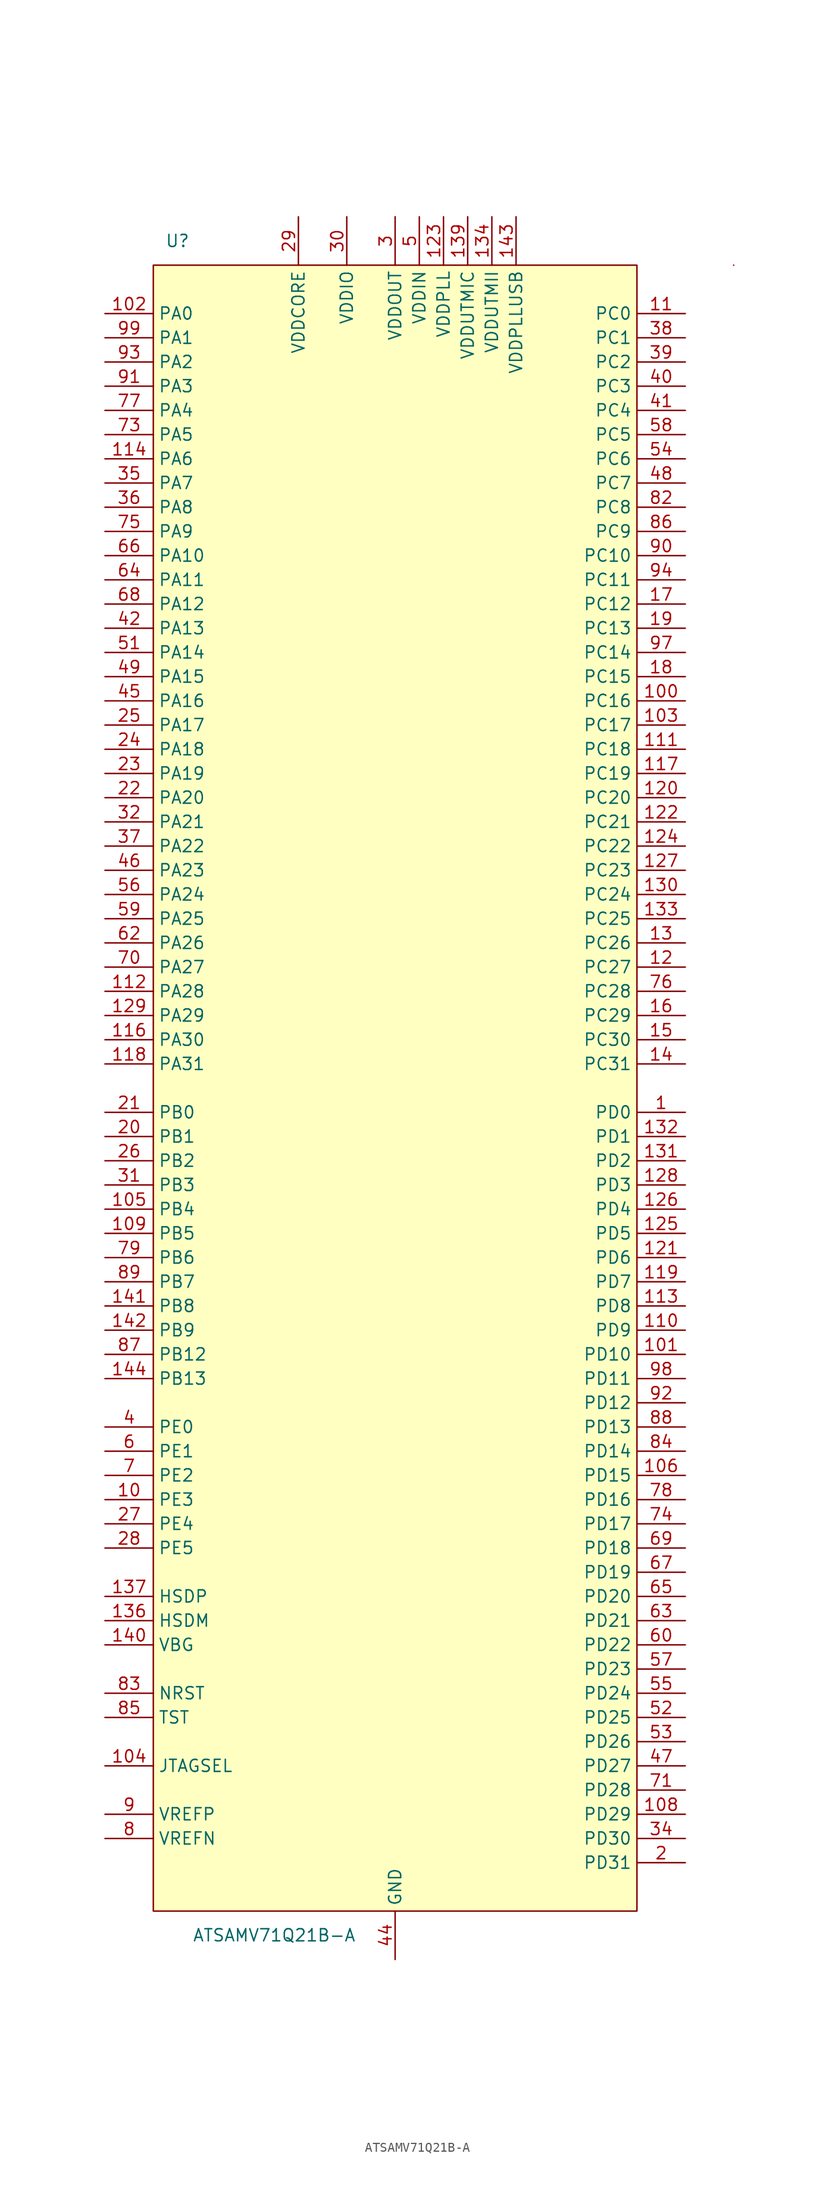
<source format=kicad_sym>
(kicad_symbol_lib
  (version 20220914)
  (generator kicad_symbol_editor)
  (symbol "ATSAMV71Q21B-A"
    (property "Reference" "U"
      (at -22.86 88.9 0)
      (effects (font (size 1.27 1.27))))
    (property "Value" "ATSAMV71Q21B-A"
      (at -12.7 -88.9 0)
      (effects (font (size 1.27 1.27))))
    (symbol "ATSAMV71Q21B-A_0_1"
      (rectangle (start 25.4 86.36) (end -25.4 -86.36) (stroke (width 0) (type default)) (fill (type background)))
      (rectangle (start 35.56 86.36) (end 35.56 86.36) (stroke (width 0) (type default)) (fill (type none))))
    (symbol "ATSAMV71Q21B-A_1_1"
      (pin bidirectional line (at 30.48 -2.54 180) (length 5.08) (name "PD0" (effects (font (size 1.27 1.27)))) (number "1" (effects (font (size 1.27 1.27)))))
      (pin bidirectional line (at -30.48 -43.18 0) (length 5.08) (name "PE3" (effects (font (size 1.27 1.27)))) (number "10" (effects (font (size 1.27 1.27)))))
      (pin bidirectional line (at 30.48 40.64 180) (length 5.08) (name "PC16" (effects (font (size 1.27 1.27)))) (number "100" (effects (font (size 1.27 1.27)))))
      (pin bidirectional line (at 30.48 -27.94 180) (length 5.08) (name "PD10" (effects (font (size 1.27 1.27)))) (number "101" (effects (font (size 1.27 1.27)))))
      (pin bidirectional line (at -30.48 81.28 0) (length 5.08) (name "PA0" (effects (font (size 1.27 1.27)))) (number "102" (effects (font (size 1.27 1.27)))))
      (pin bidirectional line (at 30.48 38.1 180) (length 5.08) (name "PC17" (effects (font (size 1.27 1.27)))) (number "103" (effects (font (size 1.27 1.27)))))
      (pin input line (at -30.48 -71.12 0) (length 5.08) (name "JTAGSEL" (effects (font (size 1.27 1.27)))) (number "104" (effects (font (size 1.27 1.27)))))
      (pin bidirectional line (at -30.48 -12.7 0) (length 5.08) (name "PB4" (effects (font (size 1.27 1.27)))) (number "105" (effects (font (size 1.27 1.27)))))
      (pin bidirectional line (at 30.48 -40.64 180) (length 5.08) (name "PD15" (effects (font (size 1.27 1.27)))) (number "106" (effects (font (size 1.27 1.27)))))
      (pin passive line (at -10.16 91.44 270) (length 5.08) hide (name "VDDCORE" (effects (font (size 1.27 1.27)))) (number "107" (effects (font (size 1.27 1.27)))))
      (pin bidirectional line (at 30.48 -76.2 180) (length 5.08) (name "PD29" (effects (font (size 1.27 1.27)))) (number "108" (effects (font (size 1.27 1.27)))))
      (pin bidirectional line (at -30.48 -15.24 0) (length 5.08) (name "PB5" (effects (font (size 1.27 1.27)))) (number "109" (effects (font (size 1.27 1.27)))))
      (pin bidirectional line (at 30.48 81.28 180) (length 5.08) (name "PC0" (effects (font (size 1.27 1.27)))) (number "11" (effects (font (size 1.27 1.27)))))
      (pin bidirectional line (at 30.48 -25.4 180) (length 5.08) (name "PD9" (effects (font (size 1.27 1.27)))) (number "110" (effects (font (size 1.27 1.27)))))
      (pin bidirectional line (at 30.48 35.56 180) (length 5.08) (name "PC18" (effects (font (size 1.27 1.27)))) (number "111" (effects (font (size 1.27 1.27)))))
      (pin bidirectional line (at -30.48 10.16 0) (length 5.08) (name "PA28" (effects (font (size 1.27 1.27)))) (number "112" (effects (font (size 1.27 1.27)))))
      (pin bidirectional line (at 30.48 -22.86 180) (length 5.08) (name "PD8" (effects (font (size 1.27 1.27)))) (number "113" (effects (font (size 1.27 1.27)))))
      (pin bidirectional line (at -30.48 66.04 0) (length 5.08) (name "PA6" (effects (font (size 1.27 1.27)))) (number "114" (effects (font (size 1.27 1.27)))))
      (pin passive line (at 0 -91.44 90) (length 5.08) hide (name "GND" (effects (font (size 1.27 1.27)))) (number "115" (effects (font (size 1.27 1.27)))))
      (pin bidirectional line (at -30.48 5.08 0) (length 5.08) (name "PA30" (effects (font (size 1.27 1.27)))) (number "116" (effects (font (size 1.27 1.27)))))
      (pin bidirectional line (at 30.48 33.02 180) (length 5.08) (name "PC19" (effects (font (size 1.27 1.27)))) (number "117" (effects (font (size 1.27 1.27)))))
      (pin bidirectional line (at -30.48 2.54 0) (length 5.08) (name "PA31" (effects (font (size 1.27 1.27)))) (number "118" (effects (font (size 1.27 1.27)))))
      (pin bidirectional line (at 30.48 -20.32 180) (length 5.08) (name "PD7" (effects (font (size 1.27 1.27)))) (number "119" (effects (font (size 1.27 1.27)))))
      (pin bidirectional line (at 30.48 12.7 180) (length 5.08) (name "PC27" (effects (font (size 1.27 1.27)))) (number "12" (effects (font (size 1.27 1.27)))))
      (pin bidirectional line (at 30.48 30.48 180) (length 5.08) (name "PC20" (effects (font (size 1.27 1.27)))) (number "120" (effects (font (size 1.27 1.27)))))
      (pin bidirectional line (at 30.48 -17.78 180) (length 5.08) (name "PD6" (effects (font (size 1.27 1.27)))) (number "121" (effects (font (size 1.27 1.27)))))
      (pin bidirectional line (at 30.48 27.94 180) (length 5.08) (name "PC21" (effects (font (size 1.27 1.27)))) (number "122" (effects (font (size 1.27 1.27)))))
      (pin power_in line (at 5.08 91.44 270) (length 5.08) (name "VDDPLL" (effects (font (size 1.27 1.27)))) (number "123" (effects (font (size 1.27 1.27)))))
      (pin bidirectional line (at 30.48 25.4 180) (length 5.08) (name "PC22" (effects (font (size 1.27 1.27)))) (number "124" (effects (font (size 1.27 1.27)))))
      (pin bidirectional line (at 30.48 -15.24 180) (length 5.08) (name "PD5" (effects (font (size 1.27 1.27)))) (number "125" (effects (font (size 1.27 1.27)))))
      (pin bidirectional line (at 30.48 -12.7 180) (length 5.08) (name "PD4" (effects (font (size 1.27 1.27)))) (number "126" (effects (font (size 1.27 1.27)))))
      (pin bidirectional line (at 30.48 22.86 180) (length 5.08) (name "PC23" (effects (font (size 1.27 1.27)))) (number "127" (effects (font (size 1.27 1.27)))))
      (pin bidirectional line (at 30.48 -10.16 180) (length 5.08) (name "PD3" (effects (font (size 1.27 1.27)))) (number "128" (effects (font (size 1.27 1.27)))))
      (pin bidirectional line (at -30.48 7.62 0) (length 5.08) (name "PA29" (effects (font (size 1.27 1.27)))) (number "129" (effects (font (size 1.27 1.27)))))
      (pin bidirectional line (at 30.48 15.24 180) (length 5.08) (name "PC26" (effects (font (size 1.27 1.27)))) (number "13" (effects (font (size 1.27 1.27)))))
      (pin bidirectional line (at 30.48 20.32 180) (length 5.08) (name "PC24" (effects (font (size 1.27 1.27)))) (number "130" (effects (font (size 1.27 1.27)))))
      (pin bidirectional line (at 30.48 -7.62 180) (length 5.08) (name "PD2" (effects (font (size 1.27 1.27)))) (number "131" (effects (font (size 1.27 1.27)))))
      (pin bidirectional line (at 30.48 -5.08 180) (length 5.08) (name "PD1" (effects (font (size 1.27 1.27)))) (number "132" (effects (font (size 1.27 1.27)))))
      (pin bidirectional line (at 30.48 17.78 180) (length 5.08) (name "PC25" (effects (font (size 1.27 1.27)))) (number "133" (effects (font (size 1.27 1.27)))))
      (pin power_in line (at 10.16 91.44 270) (length 5.08) (name "VDDUTMII" (effects (font (size 1.27 1.27)))) (number "134" (effects (font (size 1.27 1.27)))))
      (pin passive line (at 0 -91.44 90) (length 5.08) hide (name "GND" (effects (font (size 1.27 1.27)))) (number "135" (effects (font (size 1.27 1.27)))))
      (pin bidirectional line (at -30.48 -55.88 0) (length 5.08) (name "HSDM" (effects (font (size 1.27 1.27)))) (number "136" (effects (font (size 1.27 1.27)))))
      (pin bidirectional line (at -30.48 -53.34 0) (length 5.08) (name "HSDP" (effects (font (size 1.27 1.27)))) (number "137" (effects (font (size 1.27 1.27)))))
      (pin passive line (at 0 -91.44 90) (length 5.08) hide (name "GND" (effects (font (size 1.27 1.27)))) (number "138" (effects (font (size 1.27 1.27)))))
      (pin power_in line (at 7.62 91.44 270) (length 5.08) (name "VDDUTMIC" (effects (font (size 1.27 1.27)))) (number "139" (effects (font (size 1.27 1.27)))))
      (pin bidirectional line (at 30.48 2.54 180) (length 5.08) (name "PC31" (effects (font (size 1.27 1.27)))) (number "14" (effects (font (size 1.27 1.27)))))
      (pin input line (at -30.48 -58.42 0) (length 5.08) (name "VBG" (effects (font (size 1.27 1.27)))) (number "140" (effects (font (size 1.27 1.27)))))
      (pin bidirectional line (at -30.48 -22.86 0) (length 5.08) (name "PB8" (effects (font (size 1.27 1.27)))) (number "141" (effects (font (size 1.27 1.27)))))
      (pin bidirectional line (at -30.48 -25.4 0) (length 5.08) (name "PB9" (effects (font (size 1.27 1.27)))) (number "142" (effects (font (size 1.27 1.27)))))
      (pin power_in line (at 12.7 91.44 270) (length 5.08) (name "VDDPLLUSB" (effects (font (size 1.27 1.27)))) (number "143" (effects (font (size 1.27 1.27)))))
      (pin bidirectional line (at -30.48 -30.48 0) (length 5.08) (name "PB13" (effects (font (size 1.27 1.27)))) (number "144" (effects (font (size 1.27 1.27)))))
      (pin bidirectional line (at 30.48 5.08 180) (length 5.08) (name "PC30" (effects (font (size 1.27 1.27)))) (number "15" (effects (font (size 1.27 1.27)))))
      (pin bidirectional line (at 30.48 7.62 180) (length 5.08) (name "PC29" (effects (font (size 1.27 1.27)))) (number "16" (effects (font (size 1.27 1.27)))))
      (pin bidirectional line (at 30.48 50.8 180) (length 5.08) (name "PC12" (effects (font (size 1.27 1.27)))) (number "17" (effects (font (size 1.27 1.27)))))
      (pin bidirectional line (at 30.48 43.18 180) (length 5.08) (name "PC15" (effects (font (size 1.27 1.27)))) (number "18" (effects (font (size 1.27 1.27)))))
      (pin bidirectional line (at 30.48 48.26 180) (length 5.08) (name "PC13" (effects (font (size 1.27 1.27)))) (number "19" (effects (font (size 1.27 1.27)))))
      (pin bidirectional line (at 30.48 -81.28 180) (length 5.08) (name "PD31" (effects (font (size 1.27 1.27)))) (number "2" (effects (font (size 1.27 1.27)))))
      (pin bidirectional line (at -30.48 -5.08 0) (length 5.08) (name "PB1" (effects (font (size 1.27 1.27)))) (number "20" (effects (font (size 1.27 1.27)))))
      (pin bidirectional line (at -30.48 -2.54 0) (length 5.08) (name "PB0" (effects (font (size 1.27 1.27)))) (number "21" (effects (font (size 1.27 1.27)))))
      (pin bidirectional line (at -30.48 30.48 0) (length 5.08) (name "PA20" (effects (font (size 1.27 1.27)))) (number "22" (effects (font (size 1.27 1.27)))))
      (pin bidirectional line (at -30.48 33.02 0) (length 5.08) (name "PA19" (effects (font (size 1.27 1.27)))) (number "23" (effects (font (size 1.27 1.27)))))
      (pin bidirectional line (at -30.48 35.56 0) (length 5.08) (name "PA18" (effects (font (size 1.27 1.27)))) (number "24" (effects (font (size 1.27 1.27)))))
      (pin bidirectional line (at -30.48 38.1 0) (length 5.08) (name "PA17" (effects (font (size 1.27 1.27)))) (number "25" (effects (font (size 1.27 1.27)))))
      (pin bidirectional line (at -30.48 -7.62 0) (length 5.08) (name "PB2" (effects (font (size 1.27 1.27)))) (number "26" (effects (font (size 1.27 1.27)))))
      (pin bidirectional line (at -30.48 -45.72 0) (length 5.08) (name "PE4" (effects (font (size 1.27 1.27)))) (number "27" (effects (font (size 1.27 1.27)))))
      (pin bidirectional line (at -30.48 -48.26 0) (length 5.08) (name "PE5" (effects (font (size 1.27 1.27)))) (number "28" (effects (font (size 1.27 1.27)))))
      (pin power_in line (at -10.16 91.44 270) (length 5.08) (name "VDDCORE" (effects (font (size 1.27 1.27)))) (number "29" (effects (font (size 1.27 1.27)))))
      (pin power_in line (at 0 91.44 270) (length 5.08) (name "VDDOUT" (effects (font (size 1.27 1.27)))) (number "3" (effects (font (size 1.27 1.27)))))
      (pin power_in line (at -5.08 91.44 270) (length 5.08) (name "VDDIO" (effects (font (size 1.27 1.27)))) (number "30" (effects (font (size 1.27 1.27)))))
      (pin bidirectional line (at -30.48 -10.16 0) (length 5.08) (name "PB3" (effects (font (size 1.27 1.27)))) (number "31" (effects (font (size 1.27 1.27)))))
      (pin bidirectional line (at -30.48 27.94 0) (length 5.08) (name "PA21" (effects (font (size 1.27 1.27)))) (number "32" (effects (font (size 1.27 1.27)))))
      (pin passive line (at -10.16 91.44 270) (length 5.08) hide (name "VDDCORE" (effects (font (size 1.27 1.27)))) (number "33" (effects (font (size 1.27 1.27)))))
      (pin bidirectional line (at 30.48 -78.74 180) (length 5.08) (name "PD30" (effects (font (size 1.27 1.27)))) (number "34" (effects (font (size 1.27 1.27)))))
      (pin bidirectional line (at -30.48 63.5 0) (length 5.08) (name "PA7" (effects (font (size 1.27 1.27)))) (number "35" (effects (font (size 1.27 1.27)))))
      (pin bidirectional line (at -30.48 60.96 0) (length 5.08) (name "PA8" (effects (font (size 1.27 1.27)))) (number "36" (effects (font (size 1.27 1.27)))))
      (pin bidirectional line (at -30.48 25.4 0) (length 5.08) (name "PA22" (effects (font (size 1.27 1.27)))) (number "37" (effects (font (size 1.27 1.27)))))
      (pin bidirectional line (at 30.48 78.74 180) (length 5.08) (name "PC1" (effects (font (size 1.27 1.27)))) (number "38" (effects (font (size 1.27 1.27)))))
      (pin bidirectional line (at 30.48 76.2 180) (length 5.08) (name "PC2" (effects (font (size 1.27 1.27)))) (number "39" (effects (font (size 1.27 1.27)))))
      (pin bidirectional line (at -30.48 -35.56 0) (length 5.08) (name "PE0" (effects (font (size 1.27 1.27)))) (number "4" (effects (font (size 1.27 1.27)))))
      (pin bidirectional line (at 30.48 73.66 180) (length 5.08) (name "PC3" (effects (font (size 1.27 1.27)))) (number "40" (effects (font (size 1.27 1.27)))))
      (pin bidirectional line (at 30.48 71.12 180) (length 5.08) (name "PC4" (effects (font (size 1.27 1.27)))) (number "41" (effects (font (size 1.27 1.27)))))
      (pin bidirectional line (at -30.48 48.26 0) (length 5.08) (name "PA13" (effects (font (size 1.27 1.27)))) (number "42" (effects (font (size 1.27 1.27)))))
      (pin passive line (at -5.08 91.44 270) (length 5.08) hide (name "VDDIO" (effects (font (size 1.27 1.27)))) (number "43" (effects (font (size 1.27 1.27)))))
      (pin power_in line (at 0 -91.44 90) (length 5.08) (name "GND" (effects (font (size 1.27 1.27)))) (number "44" (effects (font (size 1.27 1.27)))))
      (pin bidirectional line (at -30.48 40.64 0) (length 5.08) (name "PA16" (effects (font (size 1.27 1.27)))) (number "45" (effects (font (size 1.27 1.27)))))
      (pin bidirectional line (at -30.48 22.86 0) (length 5.08) (name "PA23" (effects (font (size 1.27 1.27)))) (number "46" (effects (font (size 1.27 1.27)))))
      (pin bidirectional line (at 30.48 -71.12 180) (length 5.08) (name "PD27" (effects (font (size 1.27 1.27)))) (number "47" (effects (font (size 1.27 1.27)))))
      (pin bidirectional line (at 30.48 63.5 180) (length 5.08) (name "PC7" (effects (font (size 1.27 1.27)))) (number "48" (effects (font (size 1.27 1.27)))))
      (pin bidirectional line (at -30.48 43.18 0) (length 5.08) (name "PA15" (effects (font (size 1.27 1.27)))) (number "49" (effects (font (size 1.27 1.27)))))
      (pin power_in line (at 2.54 91.44 270) (length 5.08) (name "VDDIN" (effects (font (size 1.27 1.27)))) (number "5" (effects (font (size 1.27 1.27)))))
      (pin passive line (at -10.16 91.44 270) (length 5.08) hide (name "VDDCORE" (effects (font (size 1.27 1.27)))) (number "50" (effects (font (size 1.27 1.27)))))
      (pin bidirectional line (at -30.48 45.72 0) (length 5.08) (name "PA14" (effects (font (size 1.27 1.27)))) (number "51" (effects (font (size 1.27 1.27)))))
      (pin bidirectional line (at 30.48 -66.04 180) (length 5.08) (name "PD25" (effects (font (size 1.27 1.27)))) (number "52" (effects (font (size 1.27 1.27)))))
      (pin bidirectional line (at 30.48 -68.58 180) (length 5.08) (name "PD26" (effects (font (size 1.27 1.27)))) (number "53" (effects (font (size 1.27 1.27)))))
      (pin bidirectional line (at 30.48 66.04 180) (length 5.08) (name "PC6" (effects (font (size 1.27 1.27)))) (number "54" (effects (font (size 1.27 1.27)))))
      (pin bidirectional line (at 30.48 -63.5 180) (length 5.08) (name "PD24" (effects (font (size 1.27 1.27)))) (number "55" (effects (font (size 1.27 1.27)))))
      (pin bidirectional line (at -30.48 20.32 0) (length 5.08) (name "PA24" (effects (font (size 1.27 1.27)))) (number "56" (effects (font (size 1.27 1.27)))))
      (pin bidirectional line (at 30.48 -60.96 180) (length 5.08) (name "PD23" (effects (font (size 1.27 1.27)))) (number "57" (effects (font (size 1.27 1.27)))))
      (pin bidirectional line (at 30.48 68.58 180) (length 5.08) (name "PC5" (effects (font (size 1.27 1.27)))) (number "58" (effects (font (size 1.27 1.27)))))
      (pin bidirectional line (at -30.48 17.78 0) (length 5.08) (name "PA25" (effects (font (size 1.27 1.27)))) (number "59" (effects (font (size 1.27 1.27)))))
      (pin bidirectional line (at -30.48 -38.1 0) (length 5.08) (name "PE1" (effects (font (size 1.27 1.27)))) (number "6" (effects (font (size 1.27 1.27)))))
      (pin bidirectional line (at 30.48 -58.42 180) (length 5.08) (name "PD22" (effects (font (size 1.27 1.27)))) (number "60" (effects (font (size 1.27 1.27)))))
      (pin passive line (at 0 -91.44 90) (length 5.08) hide (name "GND" (effects (font (size 1.27 1.27)))) (number "61" (effects (font (size 1.27 1.27)))))
      (pin bidirectional line (at -30.48 15.24 0) (length 5.08) (name "PA26" (effects (font (size 1.27 1.27)))) (number "62" (effects (font (size 1.27 1.27)))))
      (pin bidirectional line (at 30.48 -55.88 180) (length 5.08) (name "PD21" (effects (font (size 1.27 1.27)))) (number "63" (effects (font (size 1.27 1.27)))))
      (pin bidirectional line (at -30.48 53.34 0) (length 5.08) (name "PA11" (effects (font (size 1.27 1.27)))) (number "64" (effects (font (size 1.27 1.27)))))
      (pin bidirectional line (at 30.48 -53.34 180) (length 5.08) (name "PD20" (effects (font (size 1.27 1.27)))) (number "65" (effects (font (size 1.27 1.27)))))
      (pin bidirectional line (at -30.48 55.88 0) (length 5.08) (name "PA10" (effects (font (size 1.27 1.27)))) (number "66" (effects (font (size 1.27 1.27)))))
      (pin bidirectional line (at 30.48 -50.8 180) (length 5.08) (name "PD19" (effects (font (size 1.27 1.27)))) (number "67" (effects (font (size 1.27 1.27)))))
      (pin bidirectional line (at -30.48 50.8 0) (length 5.08) (name "PA12" (effects (font (size 1.27 1.27)))) (number "68" (effects (font (size 1.27 1.27)))))
      (pin bidirectional line (at 30.48 -48.26 180) (length 5.08) (name "PD18" (effects (font (size 1.27 1.27)))) (number "69" (effects (font (size 1.27 1.27)))))
      (pin bidirectional line (at -30.48 -40.64 0) (length 5.08) (name "PE2" (effects (font (size 1.27 1.27)))) (number "7" (effects (font (size 1.27 1.27)))))
      (pin bidirectional line (at -30.48 12.7 0) (length 5.08) (name "PA27" (effects (font (size 1.27 1.27)))) (number "70" (effects (font (size 1.27 1.27)))))
      (pin bidirectional line (at 30.48 -73.66 180) (length 5.08) (name "PD28" (effects (font (size 1.27 1.27)))) (number "71" (effects (font (size 1.27 1.27)))))
      (pin passive line (at -5.08 91.44 270) (length 5.08) hide (name "VDDIO" (effects (font (size 1.27 1.27)))) (number "72" (effects (font (size 1.27 1.27)))))
      (pin bidirectional line (at -30.48 68.58 0) (length 5.08) (name "PA5" (effects (font (size 1.27 1.27)))) (number "73" (effects (font (size 1.27 1.27)))))
      (pin bidirectional line (at 30.48 -45.72 180) (length 5.08) (name "PD17" (effects (font (size 1.27 1.27)))) (number "74" (effects (font (size 1.27 1.27)))))
      (pin bidirectional line (at -30.48 58.42 0) (length 5.08) (name "PA9" (effects (font (size 1.27 1.27)))) (number "75" (effects (font (size 1.27 1.27)))))
      (pin bidirectional line (at 30.48 10.16 180) (length 5.08) (name "PC28" (effects (font (size 1.27 1.27)))) (number "76" (effects (font (size 1.27 1.27)))))
      (pin bidirectional line (at -30.48 71.12 0) (length 5.08) (name "PA4" (effects (font (size 1.27 1.27)))) (number "77" (effects (font (size 1.27 1.27)))))
      (pin bidirectional line (at 30.48 -43.18 180) (length 5.08) (name "PD16" (effects (font (size 1.27 1.27)))) (number "78" (effects (font (size 1.27 1.27)))))
      (pin bidirectional line (at -30.48 -17.78 0) (length 5.08) (name "PB6" (effects (font (size 1.27 1.27)))) (number "79" (effects (font (size 1.27 1.27)))))
      (pin bidirectional line (at -30.48 -78.74 0) (length 5.08) (name "VREFN" (effects (font (size 1.27 1.27)))) (number "8" (effects (font (size 1.27 1.27)))))
      (pin passive line (at -5.08 91.44 270) (length 5.08) hide (name "VDDIO" (effects (font (size 1.27 1.27)))) (number "80" (effects (font (size 1.27 1.27)))))
      (pin passive line (at -10.16 91.44 270) (length 5.08) hide (name "VDDCORE" (effects (font (size 1.27 1.27)))) (number "81" (effects (font (size 1.27 1.27)))))
      (pin bidirectional line (at 30.48 60.96 180) (length 5.08) (name "PC8" (effects (font (size 1.27 1.27)))) (number "82" (effects (font (size 1.27 1.27)))))
      (pin bidirectional line (at -30.48 -63.5 0) (length 5.08) (name "NRST" (effects (font (size 1.27 1.27)))) (number "83" (effects (font (size 1.27 1.27)))))
      (pin bidirectional line (at 30.48 -38.1 180) (length 5.08) (name "PD14" (effects (font (size 1.27 1.27)))) (number "84" (effects (font (size 1.27 1.27)))))
      (pin input line (at -30.48 -66.04 0) (length 5.08) (name "TST" (effects (font (size 1.27 1.27)))) (number "85" (effects (font (size 1.27 1.27)))))
      (pin bidirectional line (at 30.48 58.42 180) (length 5.08) (name "PC9" (effects (font (size 1.27 1.27)))) (number "86" (effects (font (size 1.27 1.27)))))
      (pin bidirectional line (at -30.48 -27.94 0) (length 5.08) (name "PB12" (effects (font (size 1.27 1.27)))) (number "87" (effects (font (size 1.27 1.27)))))
      (pin bidirectional line (at 30.48 -35.56 180) (length 5.08) (name "PD13" (effects (font (size 1.27 1.27)))) (number "88" (effects (font (size 1.27 1.27)))))
      (pin bidirectional line (at -30.48 -20.32 0) (length 5.08) (name "PB7" (effects (font (size 1.27 1.27)))) (number "89" (effects (font (size 1.27 1.27)))))
      (pin input line (at -30.48 -76.2 0) (length 5.08) (name "VREFP" (effects (font (size 1.27 1.27)))) (number "9" (effects (font (size 1.27 1.27)))))
      (pin bidirectional line (at 30.48 55.88 180) (length 5.08) (name "PC10" (effects (font (size 1.27 1.27)))) (number "90" (effects (font (size 1.27 1.27)))))
      (pin bidirectional line (at -30.48 73.66 0) (length 5.08) (name "PA3" (effects (font (size 1.27 1.27)))) (number "91" (effects (font (size 1.27 1.27)))))
      (pin bidirectional line (at 30.48 -33.02 180) (length 5.08) (name "PD12" (effects (font (size 1.27 1.27)))) (number "92" (effects (font (size 1.27 1.27)))))
      (pin bidirectional line (at -30.48 76.2 0) (length 5.08) (name "PA2" (effects (font (size 1.27 1.27)))) (number "93" (effects (font (size 1.27 1.27)))))
      (pin bidirectional line (at 30.48 53.34 180) (length 5.08) (name "PC11" (effects (font (size 1.27 1.27)))) (number "94" (effects (font (size 1.27 1.27)))))
      (pin passive line (at 0 -91.44 90) (length 5.08) hide (name "GND" (effects (font (size 1.27 1.27)))) (number "95" (effects (font (size 1.27 1.27)))))
      (pin passive line (at -5.08 91.44 270) (length 5.08) hide (name "VDDIO" (effects (font (size 1.27 1.27)))) (number "96" (effects (font (size 1.27 1.27)))))
      (pin bidirectional line (at 30.48 45.72 180) (length 5.08) (name "PC14" (effects (font (size 1.27 1.27)))) (number "97" (effects (font (size 1.27 1.27)))))
      (pin bidirectional line (at 30.48 -30.48 180) (length 5.08) (name "PD11" (effects (font (size 1.27 1.27)))) (number "98" (effects (font (size 1.27 1.27)))))
      (pin bidirectional line (at -30.48 78.74 0) (length 5.08) (name "PA1" (effects (font (size 1.27 1.27)))) (number "99" (effects (font (size 1.27 1.27))))))))
</source>
